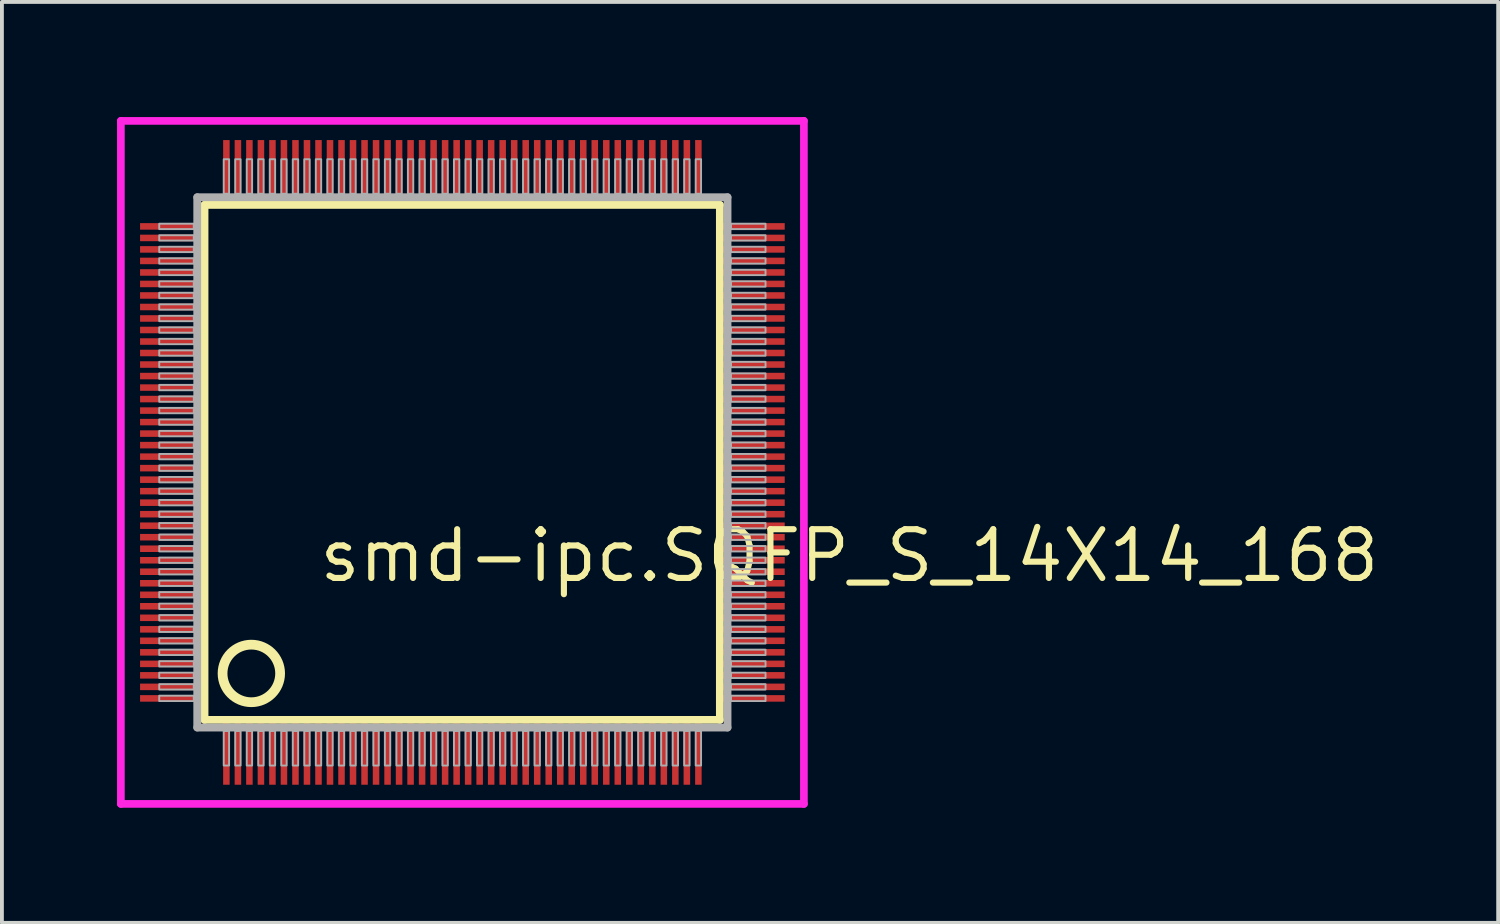
<source format=kicad_pcb>
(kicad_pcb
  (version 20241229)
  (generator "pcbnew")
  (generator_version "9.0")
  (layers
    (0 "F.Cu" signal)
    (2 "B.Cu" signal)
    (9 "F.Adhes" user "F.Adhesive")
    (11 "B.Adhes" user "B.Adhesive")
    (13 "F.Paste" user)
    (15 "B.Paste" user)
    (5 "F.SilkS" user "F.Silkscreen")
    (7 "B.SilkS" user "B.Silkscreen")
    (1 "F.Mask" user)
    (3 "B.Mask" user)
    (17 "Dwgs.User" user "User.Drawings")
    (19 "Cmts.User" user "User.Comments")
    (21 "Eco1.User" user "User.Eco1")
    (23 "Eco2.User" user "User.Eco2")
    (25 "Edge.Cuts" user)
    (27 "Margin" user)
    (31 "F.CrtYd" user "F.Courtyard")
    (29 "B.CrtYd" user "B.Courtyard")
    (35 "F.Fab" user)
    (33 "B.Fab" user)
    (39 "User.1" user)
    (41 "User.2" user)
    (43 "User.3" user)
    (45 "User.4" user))
  (footprint "smd-ipc.SQFP_S_14X14_168"
    (layer "F.Cu")
    (at 9 9)
    (property "Reference" "smd-ipc.SQFP_S_14X14_168" (at -3.81 3.175 0) (layer "F.SilkS") (effects (font (size 1.27 1.27) (thickness 0.16)) (justify left bottom)))
    (attr smd)
    (fp_line (start -6.72 -6.71) (end 6.71 -6.71) (stroke (width 0.203) (type default)) (layer "F.SilkS"))
    (fp_line (start -6.72 6.71) (end -6.72 -6.71) (stroke (width 0.203) (type default)) (layer "F.SilkS"))
    (fp_line (start 6.71 -6.71) (end 6.71 6.71) (stroke (width 0.203) (type default)) (layer "F.SilkS"))
    (fp_line (start 6.71 6.71) (end -6.72 6.71) (stroke (width 0.203) (type default)) (layer "F.SilkS"))
    (fp_circle (center -5.5 5.5) (end -4.75 5.5) (stroke (width 0.254) (type default)) (fill no) (layer "F.SilkS"))
    (fp_line (start -8.9 -8.9) (end 8.9 -8.9) (stroke (width 0.2) (type default)) (layer "F.CrtYd"))
    (fp_line (start -8.9 8.9) (end -8.9 -8.9) (stroke (width 0.2) (type default)) (layer "F.CrtYd"))
    (fp_line (start 8.9 -8.9) (end 8.9 8.9) (stroke (width 0.2) (type default)) (layer "F.CrtYd"))
    (fp_line (start 8.9 8.9) (end -8.9 8.9) (stroke (width 0.2) (type default)) (layer "F.CrtYd"))
    (fp_line (start -6.91 -6.91) (end -6.91 6.91) (stroke (width 0.203) (type default)) (layer "F.Fab"))
    (fp_line (start -6.91 6.91) (end 6.91 6.91) (stroke (width 0.203) (type default)) (layer "F.Fab"))
    (fp_line (start 6.91 -6.91) (end -6.91 -6.91) (stroke (width 0.203) (type default)) (layer "F.Fab"))
    (fp_line (start 6.91 6.91) (end 6.91 -6.91) (stroke (width 0.203) (type default)) (layer "F.Fab"))
    (fp_rect (start -7.9 -6.08) (end -7 -6.22) (stroke (width 0.05) (type default)) (fill no) (layer "F.Fab"))
    (fp_rect (start -7.9 -5.78) (end -7 -5.92) (stroke (width 0.05) (type default)) (fill no) (layer "F.Fab"))
    (fp_rect (start -7.9 -5.48) (end -7 -5.62) (stroke (width 0.05) (type default)) (fill no) (layer "F.Fab"))
    (fp_rect (start -7.9 -5.18) (end -7 -5.32) (stroke (width 0.05) (type default)) (fill no) (layer "F.Fab"))
    (fp_rect (start -7.9 -4.88) (end -7 -5.02) (stroke (width 0.05) (type default)) (fill no) (layer "F.Fab"))
    (fp_rect (start -7.9 -4.58) (end -7 -4.72) (stroke (width 0.05) (type default)) (fill no) (layer "F.Fab"))
    (fp_rect (start -7.9 -4.28) (end -7 -4.42) (stroke (width 0.05) (type default)) (fill no) (layer "F.Fab"))
    (fp_rect (start -7.9 -3.98) (end -7 -4.12) (stroke (width 0.05) (type default)) (fill no) (layer "F.Fab"))
    (fp_rect (start -7.9 -3.68) (end -7 -3.82) (stroke (width 0.05) (type default)) (fill no) (layer "F.Fab"))
    (fp_rect (start -7.9 -3.38) (end -7 -3.52) (stroke (width 0.05) (type default)) (fill no) (layer "F.Fab"))
    (fp_rect (start -7.9 -3.08) (end -7 -3.22) (stroke (width 0.05) (type default)) (fill no) (layer "F.Fab"))
    (fp_rect (start -7.9 -2.78) (end -7 -2.92) (stroke (width 0.05) (type default)) (fill no) (layer "F.Fab"))
    (fp_rect (start -7.9 -2.48) (end -7 -2.62) (stroke (width 0.05) (type default)) (fill no) (layer "F.Fab"))
    (fp_rect (start -7.9 -2.18) (end -7 -2.32) (stroke (width 0.05) (type default)) (fill no) (layer "F.Fab"))
    (fp_rect (start -7.9 -1.88) (end -7 -2.02) (stroke (width 0.05) (type default)) (fill no) (layer "F.Fab"))
    (fp_rect (start -7.9 -1.58) (end -7 -1.72) (stroke (width 0.05) (type default)) (fill no) (layer "F.Fab"))
    (fp_rect (start -7.9 -1.28) (end -7 -1.42) (stroke (width 0.05) (type default)) (fill no) (layer "F.Fab"))
    (fp_rect (start -7.9 -0.98) (end -7 -1.12) (stroke (width 0.05) (type default)) (fill no) (layer "F.Fab"))
    (fp_rect (start -7.9 -0.68) (end -7 -0.82) (stroke (width 0.05) (type default)) (fill no) (layer "F.Fab"))
    (fp_rect (start -7.9 -0.38) (end -7 -0.52) (stroke (width 0.05) (type default)) (fill no) (layer "F.Fab"))
    (fp_rect (start -7.9 -0.08) (end -7 -0.22) (stroke (width 0.05) (type default)) (fill no) (layer "F.Fab"))
    (fp_rect (start -7.9 0.22) (end -7 0.08) (stroke (width 0.05) (type default)) (fill no) (layer "F.Fab"))
    (fp_rect (start -7.9 0.52) (end -7 0.38) (stroke (width 0.05) (type default)) (fill no) (layer "F.Fab"))
    (fp_rect (start -7.9 0.82) (end -7 0.68) (stroke (width 0.05) (type default)) (fill no) (layer "F.Fab"))
    (fp_rect (start -7.9 1.12) (end -7 0.98) (stroke (width 0.05) (type default)) (fill no) (layer "F.Fab"))
    (fp_rect (start -7.9 1.42) (end -7 1.28) (stroke (width 0.05) (type default)) (fill no) (layer "F.Fab"))
    (fp_rect (start -7.9 1.72) (end -7 1.58) (stroke (width 0.05) (type default)) (fill no) (layer "F.Fab"))
    (fp_rect (start -7.9 2.02) (end -7 1.88) (stroke (width 0.05) (type default)) (fill no) (layer "F.Fab"))
    (fp_rect (start -7.9 2.32) (end -7 2.18) (stroke (width 0.05) (type default)) (fill no) (layer "F.Fab"))
    (fp_rect (start -7.9 2.62) (end -7 2.48) (stroke (width 0.05) (type default)) (fill no) (layer "F.Fab"))
    (fp_rect (start -7.9 2.92) (end -7 2.78) (stroke (width 0.05) (type default)) (fill no) (layer "F.Fab"))
    (fp_rect (start -7.9 3.22) (end -7 3.08) (stroke (width 0.05) (type default)) (fill no) (layer "F.Fab"))
    (fp_rect (start -7.9 3.52) (end -7 3.38) (stroke (width 0.05) (type default)) (fill no) (layer "F.Fab"))
    (fp_rect (start -7.9 3.82) (end -7 3.68) (stroke (width 0.05) (type default)) (fill no) (layer "F.Fab"))
    (fp_rect (start -7.9 4.12) (end -7 3.98) (stroke (width 0.05) (type default)) (fill no) (layer "F.Fab"))
    (fp_rect (start -7.9 4.42) (end -7 4.28) (stroke (width 0.05) (type default)) (fill no) (layer "F.Fab"))
    (fp_rect (start -7.9 4.72) (end -7 4.58) (stroke (width 0.05) (type default)) (fill no) (layer "F.Fab"))
    (fp_rect (start -7.9 5.02) (end -7 4.88) (stroke (width 0.05) (type default)) (fill no) (layer "F.Fab"))
    (fp_rect (start -7.9 5.32) (end -7 5.18) (stroke (width 0.05) (type default)) (fill no) (layer "F.Fab"))
    (fp_rect (start -7.9 5.62) (end -7 5.48) (stroke (width 0.05) (type default)) (fill no) (layer "F.Fab"))
    (fp_rect (start -7.9 5.92) (end -7 5.78) (stroke (width 0.05) (type default)) (fill no) (layer "F.Fab"))
    (fp_rect (start -7.9 6.22) (end -7 6.08) (stroke (width 0.05) (type default)) (fill no) (layer "F.Fab"))
    (fp_rect (start -6.22 -7) (end -6.08 -7.9) (stroke (width 0.05) (type default)) (fill no) (layer "F.Fab"))
    (fp_rect (start -6.22 7.9) (end -6.08 7) (stroke (width 0.05) (type default)) (fill no) (layer "F.Fab"))
    (fp_rect (start -5.92 -7) (end -5.78 -7.9) (stroke (width 0.05) (type default)) (fill no) (layer "F.Fab"))
    (fp_rect (start -5.92 7.9) (end -5.78 7) (stroke (width 0.05) (type default)) (fill no) (layer "F.Fab"))
    (fp_rect (start -5.62 -7) (end -5.48 -7.9) (stroke (width 0.05) (type default)) (fill no) (layer "F.Fab"))
    (fp_rect (start -5.62 7.9) (end -5.48 7) (stroke (width 0.05) (type default)) (fill no) (layer "F.Fab"))
    (fp_rect (start -5.32 -7) (end -5.18 -7.9) (stroke (width 0.05) (type default)) (fill no) (layer "F.Fab"))
    (fp_rect (start -5.32 7.9) (end -5.18 7) (stroke (width 0.05) (type default)) (fill no) (layer "F.Fab"))
    (fp_rect (start -5.02 -7) (end -4.88 -7.9) (stroke (width 0.05) (type default)) (fill no) (layer "F.Fab"))
    (fp_rect (start -5.02 7.9) (end -4.88 7) (stroke (width 0.05) (type default)) (fill no) (layer "F.Fab"))
    (fp_rect (start -4.72 -7) (end -4.58 -7.9) (stroke (width 0.05) (type default)) (fill no) (layer "F.Fab"))
    (fp_rect (start -4.72 7.9) (end -4.58 7) (stroke (width 0.05) (type default)) (fill no) (layer "F.Fab"))
    (fp_rect (start -4.42 -7) (end -4.28 -7.9) (stroke (width 0.05) (type default)) (fill no) (layer "F.Fab"))
    (fp_rect (start -4.42 7.9) (end -4.28 7) (stroke (width 0.05) (type default)) (fill no) (layer "F.Fab"))
    (fp_rect (start -4.12 -7) (end -3.98 -7.9) (stroke (width 0.05) (type default)) (fill no) (layer "F.Fab"))
    (fp_rect (start -4.12 7.9) (end -3.98 7) (stroke (width 0.05) (type default)) (fill no) (layer "F.Fab"))
    (fp_rect (start -3.82 -7) (end -3.68 -7.9) (stroke (width 0.05) (type default)) (fill no) (layer "F.Fab"))
    (fp_rect (start -3.82 7.9) (end -3.68 7) (stroke (width 0.05) (type default)) (fill no) (layer "F.Fab"))
    (fp_rect (start -3.52 -7) (end -3.38 -7.9) (stroke (width 0.05) (type default)) (fill no) (layer "F.Fab"))
    (fp_rect (start -3.52 7.9) (end -3.38 7) (stroke (width 0.05) (type default)) (fill no) (layer "F.Fab"))
    (fp_rect (start -3.22 -7) (end -3.08 -7.9) (stroke (width 0.05) (type default)) (fill no) (layer "F.Fab"))
    (fp_rect (start -3.22 7.9) (end -3.08 7) (stroke (width 0.05) (type default)) (fill no) (layer "F.Fab"))
    (fp_rect (start -2.92 -7) (end -2.78 -7.9) (stroke (width 0.05) (type default)) (fill no) (layer "F.Fab"))
    (fp_rect (start -2.92 7.9) (end -2.78 7) (stroke (width 0.05) (type default)) (fill no) (layer "F.Fab"))
    (fp_rect (start -2.62 -7) (end -2.48 -7.9) (stroke (width 0.05) (type default)) (fill no) (layer "F.Fab"))
    (fp_rect (start -2.62 7.9) (end -2.48 7) (stroke (width 0.05) (type default)) (fill no) (layer "F.Fab"))
    (fp_rect (start -2.32 -7) (end -2.18 -7.9) (stroke (width 0.05) (type default)) (fill no) (layer "F.Fab"))
    (fp_rect (start -2.32 7.9) (end -2.18 7) (stroke (width 0.05) (type default)) (fill no) (layer "F.Fab"))
    (fp_rect (start -2.02 -7) (end -1.88 -7.9) (stroke (width 0.05) (type default)) (fill no) (layer "F.Fab"))
    (fp_rect (start -2.02 7.9) (end -1.88 7) (stroke (width 0.05) (type default)) (fill no) (layer "F.Fab"))
    (fp_rect (start -1.72 -7) (end -1.58 -7.9) (stroke (width 0.05) (type default)) (fill no) (layer "F.Fab"))
    (fp_rect (start -1.72 7.9) (end -1.58 7) (stroke (width 0.05) (type default)) (fill no) (layer "F.Fab"))
    (fp_rect (start -1.42 -7) (end -1.28 -7.9) (stroke (width 0.05) (type default)) (fill no) (layer "F.Fab"))
    (fp_rect (start -1.42 7.9) (end -1.28 7) (stroke (width 0.05) (type default)) (fill no) (layer "F.Fab"))
    (fp_rect (start -1.12 -7) (end -0.98 -7.9) (stroke (width 0.05) (type default)) (fill no) (layer "F.Fab"))
    (fp_rect (start -1.12 7.9) (end -0.98 7) (stroke (width 0.05) (type default)) (fill no) (layer "F.Fab"))
    (fp_rect (start -0.82 -7) (end -0.68 -7.9) (stroke (width 0.05) (type default)) (fill no) (layer "F.Fab"))
    (fp_rect (start -0.82 7.9) (end -0.68 7) (stroke (width 0.05) (type default)) (fill no) (layer "F.Fab"))
    (fp_rect (start -0.52 -7) (end -0.38 -7.9) (stroke (width 0.05) (type default)) (fill no) (layer "F.Fab"))
    (fp_rect (start -0.52 7.9) (end -0.38 7) (stroke (width 0.05) (type default)) (fill no) (layer "F.Fab"))
    (fp_rect (start -0.22 -7) (end -0.08 -7.9) (stroke (width 0.05) (type default)) (fill no) (layer "F.Fab"))
    (fp_rect (start -0.22 7.9) (end -0.08 7) (stroke (width 0.05) (type default)) (fill no) (layer "F.Fab"))
    (fp_rect (start 0.08 -7) (end 0.22 -7.9) (stroke (width 0.05) (type default)) (fill no) (layer "F.Fab"))
    (fp_rect (start 0.08 7.9) (end 0.22 7) (stroke (width 0.05) (type default)) (fill no) (layer "F.Fab"))
    (fp_rect (start 0.38 -7) (end 0.52 -7.9) (stroke (width 0.05) (type default)) (fill no) (layer "F.Fab"))
    (fp_rect (start 0.38 7.9) (end 0.52 7) (stroke (width 0.05) (type default)) (fill no) (layer "F.Fab"))
    (fp_rect (start 0.68 -7) (end 0.82 -7.9) (stroke (width 0.05) (type default)) (fill no) (layer "F.Fab"))
    (fp_rect (start 0.68 7.9) (end 0.82 7) (stroke (width 0.05) (type default)) (fill no) (layer "F.Fab"))
    (fp_rect (start 0.98 -7) (end 1.12 -7.9) (stroke (width 0.05) (type default)) (fill no) (layer "F.Fab"))
    (fp_rect (start 0.98 7.9) (end 1.12 7) (stroke (width 0.05) (type default)) (fill no) (layer "F.Fab"))
    (fp_rect (start 1.28 -7) (end 1.42 -7.9) (stroke (width 0.05) (type default)) (fill no) (layer "F.Fab"))
    (fp_rect (start 1.28 7.9) (end 1.42 7) (stroke (width 0.05) (type default)) (fill no) (layer "F.Fab"))
    (fp_rect (start 1.58 -7) (end 1.72 -7.9) (stroke (width 0.05) (type default)) (fill no) (layer "F.Fab"))
    (fp_rect (start 1.58 7.9) (end 1.72 7) (stroke (width 0.05) (type default)) (fill no) (layer "F.Fab"))
    (fp_rect (start 1.88 -7) (end 2.02 -7.9) (stroke (width 0.05) (type default)) (fill no) (layer "F.Fab"))
    (fp_rect (start 1.88 7.9) (end 2.02 7) (stroke (width 0.05) (type default)) (fill no) (layer "F.Fab"))
    (fp_rect (start 2.18 -7) (end 2.32 -7.9) (stroke (width 0.05) (type default)) (fill no) (layer "F.Fab"))
    (fp_rect (start 2.18 7.9) (end 2.32 7) (stroke (width 0.05) (type default)) (fill no) (layer "F.Fab"))
    (fp_rect (start 2.48 -7) (end 2.62 -7.9) (stroke (width 0.05) (type default)) (fill no) (layer "F.Fab"))
    (fp_rect (start 2.48 7.9) (end 2.62 7) (stroke (width 0.05) (type default)) (fill no) (layer "F.Fab"))
    (fp_rect (start 2.78 -7) (end 2.92 -7.9) (stroke (width 0.05) (type default)) (fill no) (layer "F.Fab"))
    (fp_rect (start 2.78 7.9) (end 2.92 7) (stroke (width 0.05) (type default)) (fill no) (layer "F.Fab"))
    (fp_rect (start 3.08 -7) (end 3.22 -7.9) (stroke (width 0.05) (type default)) (fill no) (layer "F.Fab"))
    (fp_rect (start 3.08 7.9) (end 3.22 7) (stroke (width 0.05) (type default)) (fill no) (layer "F.Fab"))
    (fp_rect (start 3.38 -7) (end 3.52 -7.9) (stroke (width 0.05) (type default)) (fill no) (layer "F.Fab"))
    (fp_rect (start 3.38 7.9) (end 3.52 7) (stroke (width 0.05) (type default)) (fill no) (layer "F.Fab"))
    (fp_rect (start 3.68 -7) (end 3.82 -7.9) (stroke (width 0.05) (type default)) (fill no) (layer "F.Fab"))
    (fp_rect (start 3.68 7.9) (end 3.82 7) (stroke (width 0.05) (type default)) (fill no) (layer "F.Fab"))
    (fp_rect (start 3.98 -7) (end 4.12 -7.9) (stroke (width 0.05) (type default)) (fill no) (layer "F.Fab"))
    (fp_rect (start 3.98 7.9) (end 4.12 7) (stroke (width 0.05) (type default)) (fill no) (layer "F.Fab"))
    (fp_rect (start 4.28 -7) (end 4.42 -7.9) (stroke (width 0.05) (type default)) (fill no) (layer "F.Fab"))
    (fp_rect (start 4.28 7.9) (end 4.42 7) (stroke (width 0.05) (type default)) (fill no) (layer "F.Fab"))
    (fp_rect (start 4.58 -7) (end 4.72 -7.9) (stroke (width 0.05) (type default)) (fill no) (layer "F.Fab"))
    (fp_rect (start 4.58 7.9) (end 4.72 7) (stroke (width 0.05) (type default)) (fill no) (layer "F.Fab"))
    (fp_rect (start 4.88 -7) (end 5.02 -7.9) (stroke (width 0.05) (type default)) (fill no) (layer "F.Fab"))
    (fp_rect (start 4.88 7.9) (end 5.02 7) (stroke (width 0.05) (type default)) (fill no) (layer "F.Fab"))
    (fp_rect (start 5.18 -7) (end 5.32 -7.9) (stroke (width 0.05) (type default)) (fill no) (layer "F.Fab"))
    (fp_rect (start 5.18 7.9) (end 5.32 7) (stroke (width 0.05) (type default)) (fill no) (layer "F.Fab"))
    (fp_rect (start 5.48 -7) (end 5.62 -7.9) (stroke (width 0.05) (type default)) (fill no) (layer "F.Fab"))
    (fp_rect (start 5.48 7.9) (end 5.62 7) (stroke (width 0.05) (type default)) (fill no) (layer "F.Fab"))
    (fp_rect (start 5.78 -7) (end 5.92 -7.9) (stroke (width 0.05) (type default)) (fill no) (layer "F.Fab"))
    (fp_rect (start 5.78 7.9) (end 5.92 7) (stroke (width 0.05) (type default)) (fill no) (layer "F.Fab"))
    (fp_rect (start 6.08 -7) (end 6.22 -7.9) (stroke (width 0.05) (type default)) (fill no) (layer "F.Fab"))
    (fp_rect (start 6.08 7.9) (end 6.22 7) (stroke (width 0.05) (type default)) (fill no) (layer "F.Fab"))
    (fp_rect (start 7 -6.08) (end 7.9 -6.22) (stroke (width 0.05) (type default)) (fill no) (layer "F.Fab"))
    (fp_rect (start 7 -5.78) (end 7.9 -5.92) (stroke (width 0.05) (type default)) (fill no) (layer "F.Fab"))
    (fp_rect (start 7 -5.48) (end 7.9 -5.62) (stroke (width 0.05) (type default)) (fill no) (layer "F.Fab"))
    (fp_rect (start 7 -5.18) (end 7.9 -5.32) (stroke (width 0.05) (type default)) (fill no) (layer "F.Fab"))
    (fp_rect (start 7 -4.88) (end 7.9 -5.02) (stroke (width 0.05) (type default)) (fill no) (layer "F.Fab"))
    (fp_rect (start 7 -4.58) (end 7.9 -4.72) (stroke (width 0.05) (type default)) (fill no) (layer "F.Fab"))
    (fp_rect (start 7 -4.28) (end 7.9 -4.42) (stroke (width 0.05) (type default)) (fill no) (layer "F.Fab"))
    (fp_rect (start 7 -3.98) (end 7.9 -4.12) (stroke (width 0.05) (type default)) (fill no) (layer "F.Fab"))
    (fp_rect (start 7 -3.68) (end 7.9 -3.82) (stroke (width 0.05) (type default)) (fill no) (layer "F.Fab"))
    (fp_rect (start 7 -3.38) (end 7.9 -3.52) (stroke (width 0.05) (type default)) (fill no) (layer "F.Fab"))
    (fp_rect (start 7 -3.08) (end 7.9 -3.22) (stroke (width 0.05) (type default)) (fill no) (layer "F.Fab"))
    (fp_rect (start 7 -2.78) (end 7.9 -2.92) (stroke (width 0.05) (type default)) (fill no) (layer "F.Fab"))
    (fp_rect (start 7 -2.48) (end 7.9 -2.62) (stroke (width 0.05) (type default)) (fill no) (layer "F.Fab"))
    (fp_rect (start 7 -2.18) (end 7.9 -2.32) (stroke (width 0.05) (type default)) (fill no) (layer "F.Fab"))
    (fp_rect (start 7 -1.88) (end 7.9 -2.02) (stroke (width 0.05) (type default)) (fill no) (layer "F.Fab"))
    (fp_rect (start 7 -1.58) (end 7.9 -1.72) (stroke (width 0.05) (type default)) (fill no) (layer "F.Fab"))
    (fp_rect (start 7 -1.28) (end 7.9 -1.42) (stroke (width 0.05) (type default)) (fill no) (layer "F.Fab"))
    (fp_rect (start 7 -0.98) (end 7.9 -1.12) (stroke (width 0.05) (type default)) (fill no) (layer "F.Fab"))
    (fp_rect (start 7 -0.68) (end 7.9 -0.82) (stroke (width 0.05) (type default)) (fill no) (layer "F.Fab"))
    (fp_rect (start 7 -0.38) (end 7.9 -0.52) (stroke (width 0.05) (type default)) (fill no) (layer "F.Fab"))
    (fp_rect (start 7 -0.08) (end 7.9 -0.22) (stroke (width 0.05) (type default)) (fill no) (layer "F.Fab"))
    (fp_rect (start 7 0.22) (end 7.9 0.08) (stroke (width 0.05) (type default)) (fill no) (layer "F.Fab"))
    (fp_rect (start 7 0.52) (end 7.9 0.38) (stroke (width 0.05) (type default)) (fill no) (layer "F.Fab"))
    (fp_rect (start 7 0.82) (end 7.9 0.68) (stroke (width 0.05) (type default)) (fill no) (layer "F.Fab"))
    (fp_rect (start 7 1.12) (end 7.9 0.98) (stroke (width 0.05) (type default)) (fill no) (layer "F.Fab"))
    (fp_rect (start 7 1.42) (end 7.9 1.28) (stroke (width 0.05) (type default)) (fill no) (layer "F.Fab"))
    (fp_rect (start 7 1.72) (end 7.9 1.58) (stroke (width 0.05) (type default)) (fill no) (layer "F.Fab"))
    (fp_rect (start 7 2.02) (end 7.9 1.88) (stroke (width 0.05) (type default)) (fill no) (layer "F.Fab"))
    (fp_rect (start 7 2.32) (end 7.9 2.18) (stroke (width 0.05) (type default)) (fill no) (layer "F.Fab"))
    (fp_rect (start 7 2.62) (end 7.9 2.48) (stroke (width 0.05) (type default)) (fill no) (layer "F.Fab"))
    (fp_rect (start 7 2.92) (end 7.9 2.78) (stroke (width 0.05) (type default)) (fill no) (layer "F.Fab"))
    (fp_rect (start 7 3.22) (end 7.9 3.08) (stroke (width 0.05) (type default)) (fill no) (layer "F.Fab"))
    (fp_rect (start 7 3.52) (end 7.9 3.38) (stroke (width 0.05) (type default)) (fill no) (layer "F.Fab"))
    (fp_rect (start 7 3.82) (end 7.9 3.68) (stroke (width 0.05) (type default)) (fill no) (layer "F.Fab"))
    (fp_rect (start 7 4.12) (end 7.9 3.98) (stroke (width 0.05) (type default)) (fill no) (layer "F.Fab"))
    (fp_rect (start 7 4.42) (end 7.9 4.28) (stroke (width 0.05) (type default)) (fill no) (layer "F.Fab"))
    (fp_rect (start 7 4.72) (end 7.9 4.58) (stroke (width 0.05) (type default)) (fill no) (layer "F.Fab"))
    (fp_rect (start 7 5.02) (end 7.9 4.88) (stroke (width 0.05) (type default)) (fill no) (layer "F.Fab"))
    (fp_rect (start 7 5.32) (end 7.9 5.18) (stroke (width 0.05) (type default)) (fill no) (layer "F.Fab"))
    (fp_rect (start 7 5.62) (end 7.9 5.48) (stroke (width 0.05) (type default)) (fill no) (layer "F.Fab"))
    (fp_rect (start 7 5.92) (end 7.9 5.78) (stroke (width 0.05) (type default)) (fill no) (layer "F.Fab"))
    (fp_rect (start 7 6.22) (end 7.9 6.08) (stroke (width 0.05) (type default)) (fill no) (layer "F.Fab"))
    (pad "1" smd roundrect (at -6.15 7.6) (size 0.17 1.6) (layers "F.Cu" "F.Mask" "F.Paste") (roundrect_rratio 0.01))
    (pad "2" smd roundrect (at -5.85 7.6) (size 0.17 1.6) (layers "F.Cu" "F.Mask" "F.Paste") (roundrect_rratio 0.01))
    (pad "3" smd roundrect (at -5.55 7.6) (size 0.17 1.6) (layers "F.Cu" "F.Mask" "F.Paste") (roundrect_rratio 0.01))
    (pad "4" smd roundrect (at -5.25 7.6) (size 0.17 1.6) (layers "F.Cu" "F.Mask" "F.Paste") (roundrect_rratio 0.01))
    (pad "5" smd roundrect (at -4.95 7.6) (size 0.17 1.6) (layers "F.Cu" "F.Mask" "F.Paste") (roundrect_rratio 0.01))
    (pad "6" smd roundrect (at -4.65 7.6) (size 0.17 1.6) (layers "F.Cu" "F.Mask" "F.Paste") (roundrect_rratio 0.01))
    (pad "7" smd roundrect (at -4.35 7.6) (size 0.17 1.6) (layers "F.Cu" "F.Mask" "F.Paste") (roundrect_rratio 0.01))
    (pad "8" smd roundrect (at -4.05 7.6) (size 0.17 1.6) (layers "F.Cu" "F.Mask" "F.Paste") (roundrect_rratio 0.01))
    (pad "9" smd roundrect (at -3.75 7.6) (size 0.17 1.6) (layers "F.Cu" "F.Mask" "F.Paste") (roundrect_rratio 0.01))
    (pad "10" smd roundrect (at -3.45 7.6) (size 0.17 1.6) (layers "F.Cu" "F.Mask" "F.Paste") (roundrect_rratio 0.01))
    (pad "11" smd roundrect (at -3.15 7.6) (size 0.17 1.6) (layers "F.Cu" "F.Mask" "F.Paste") (roundrect_rratio 0.01))
    (pad "12" smd roundrect (at -2.85 7.6) (size 0.17 1.6) (layers "F.Cu" "F.Mask" "F.Paste") (roundrect_rratio 0.01))
    (pad "13" smd roundrect (at -2.55 7.6) (size 0.17 1.6) (layers "F.Cu" "F.Mask" "F.Paste") (roundrect_rratio 0.01))
    (pad "14" smd roundrect (at -2.25 7.6) (size 0.17 1.6) (layers "F.Cu" "F.Mask" "F.Paste") (roundrect_rratio 0.01))
    (pad "15" smd roundrect (at -1.95 7.6) (size 0.17 1.6) (layers "F.Cu" "F.Mask" "F.Paste") (roundrect_rratio 0.01))
    (pad "16" smd roundrect (at -1.65 7.6) (size 0.17 1.6) (layers "F.Cu" "F.Mask" "F.Paste") (roundrect_rratio 0.01))
    (pad "17" smd roundrect (at -1.35 7.6) (size 0.17 1.6) (layers "F.Cu" "F.Mask" "F.Paste") (roundrect_rratio 0.01))
    (pad "18" smd roundrect (at -1.05 7.6) (size 0.17 1.6) (layers "F.Cu" "F.Mask" "F.Paste") (roundrect_rratio 0.01))
    (pad "19" smd roundrect (at -0.75 7.6) (size 0.17 1.6) (layers "F.Cu" "F.Mask" "F.Paste") (roundrect_rratio 0.01))
    (pad "20" smd roundrect (at -0.45 7.6) (size 0.17 1.6) (layers "F.Cu" "F.Mask" "F.Paste") (roundrect_rratio 0.01))
    (pad "21" smd roundrect (at -0.15 7.6) (size 0.17 1.6) (layers "F.Cu" "F.Mask" "F.Paste") (roundrect_rratio 0.01))
    (pad "22" smd roundrect (at 0.15 7.6) (size 0.17 1.6) (layers "F.Cu" "F.Mask" "F.Paste") (roundrect_rratio 0.01))
    (pad "23" smd roundrect (at 0.45 7.6) (size 0.17 1.6) (layers "F.Cu" "F.Mask" "F.Paste") (roundrect_rratio 0.01))
    (pad "24" smd roundrect (at 0.75 7.6) (size 0.17 1.6) (layers "F.Cu" "F.Mask" "F.Paste") (roundrect_rratio 0.01))
    (pad "25" smd roundrect (at 1.05 7.6) (size 0.17 1.6) (layers "F.Cu" "F.Mask" "F.Paste") (roundrect_rratio 0.01))
    (pad "26" smd roundrect (at 1.35 7.6) (size 0.17 1.6) (layers "F.Cu" "F.Mask" "F.Paste") (roundrect_rratio 0.01))
    (pad "27" smd roundrect (at 1.65 7.6) (size 0.17 1.6) (layers "F.Cu" "F.Mask" "F.Paste") (roundrect_rratio 0.01))
    (pad "28" smd roundrect (at 1.95 7.6) (size 0.17 1.6) (layers "F.Cu" "F.Mask" "F.Paste") (roundrect_rratio 0.01))
    (pad "29" smd roundrect (at 2.25 7.6) (size 0.17 1.6) (layers "F.Cu" "F.Mask" "F.Paste") (roundrect_rratio 0.01))
    (pad "30" smd roundrect (at 2.55 7.6) (size 0.17 1.6) (layers "F.Cu" "F.Mask" "F.Paste") (roundrect_rratio 0.01))
    (pad "31" smd roundrect (at 2.85 7.6) (size 0.17 1.6) (layers "F.Cu" "F.Mask" "F.Paste") (roundrect_rratio 0.01))
    (pad "32" smd roundrect (at 3.15 7.6) (size 0.17 1.6) (layers "F.Cu" "F.Mask" "F.Paste") (roundrect_rratio 0.01))
    (pad "33" smd roundrect (at 3.45 7.6) (size 0.17 1.6) (layers "F.Cu" "F.Mask" "F.Paste") (roundrect_rratio 0.01))
    (pad "34" smd roundrect (at 3.75 7.6) (size 0.17 1.6) (layers "F.Cu" "F.Mask" "F.Paste") (roundrect_rratio 0.01))
    (pad "35" smd roundrect (at 4.05 7.6) (size 0.17 1.6) (layers "F.Cu" "F.Mask" "F.Paste") (roundrect_rratio 0.01))
    (pad "36" smd roundrect (at 4.35 7.6) (size 0.17 1.6) (layers "F.Cu" "F.Mask" "F.Paste") (roundrect_rratio 0.01))
    (pad "37" smd roundrect (at 4.65 7.6) (size 0.17 1.6) (layers "F.Cu" "F.Mask" "F.Paste") (roundrect_rratio 0.01))
    (pad "38" smd roundrect (at 4.95 7.6) (size 0.17 1.6) (layers "F.Cu" "F.Mask" "F.Paste") (roundrect_rratio 0.01))
    (pad "39" smd roundrect (at 5.25 7.6) (size 0.17 1.6) (layers "F.Cu" "F.Mask" "F.Paste") (roundrect_rratio 0.01))
    (pad "40" smd roundrect (at 5.55 7.6) (size 0.17 1.6) (layers "F.Cu" "F.Mask" "F.Paste") (roundrect_rratio 0.01))
    (pad "41" smd roundrect (at 5.85 7.6) (size 0.17 1.6) (layers "F.Cu" "F.Mask" "F.Paste") (roundrect_rratio 0.01))
    (pad "42" smd roundrect (at 6.15 7.6) (size 0.17 1.6) (layers "F.Cu" "F.Mask" "F.Paste") (roundrect_rratio 0.01))
    (pad "43" smd roundrect (at 7.6 6.15) (size 1.6 0.17) (layers "F.Cu" "F.Mask" "F.Paste") (roundrect_rratio 0.01))
    (pad "44" smd roundrect (at 7.6 5.85) (size 1.6 0.17) (layers "F.Cu" "F.Mask" "F.Paste") (roundrect_rratio 0.01))
    (pad "45" smd roundrect (at 7.6 5.55) (size 1.6 0.17) (layers "F.Cu" "F.Mask" "F.Paste") (roundrect_rratio 0.01))
    (pad "46" smd roundrect (at 7.6 5.25) (size 1.6 0.17) (layers "F.Cu" "F.Mask" "F.Paste") (roundrect_rratio 0.01))
    (pad "47" smd roundrect (at 7.6 4.95) (size 1.6 0.17) (layers "F.Cu" "F.Mask" "F.Paste") (roundrect_rratio 0.01))
    (pad "48" smd roundrect (at 7.6 4.65) (size 1.6 0.17) (layers "F.Cu" "F.Mask" "F.Paste") (roundrect_rratio 0.01))
    (pad "49" smd roundrect (at 7.6 4.35) (size 1.6 0.17) (layers "F.Cu" "F.Mask" "F.Paste") (roundrect_rratio 0.01))
    (pad "50" smd roundrect (at 7.6 4.05) (size 1.6 0.17) (layers "F.Cu" "F.Mask" "F.Paste") (roundrect_rratio 0.01))
    (pad "51" smd roundrect (at 7.6 3.75) (size 1.6 0.17) (layers "F.Cu" "F.Mask" "F.Paste") (roundrect_rratio 0.01))
    (pad "52" smd roundrect (at 7.6 3.45) (size 1.6 0.17) (layers "F.Cu" "F.Mask" "F.Paste") (roundrect_rratio 0.01))
    (pad "53" smd roundrect (at 7.6 3.15) (size 1.6 0.17) (layers "F.Cu" "F.Mask" "F.Paste") (roundrect_rratio 0.01))
    (pad "54" smd roundrect (at 7.6 2.85) (size 1.6 0.17) (layers "F.Cu" "F.Mask" "F.Paste") (roundrect_rratio 0.01))
    (pad "55" smd roundrect (at 7.6 2.55) (size 1.6 0.17) (layers "F.Cu" "F.Mask" "F.Paste") (roundrect_rratio 0.01))
    (pad "56" smd roundrect (at 7.6 2.25) (size 1.6 0.17) (layers "F.Cu" "F.Mask" "F.Paste") (roundrect_rratio 0.01))
    (pad "57" smd roundrect (at 7.6 1.95) (size 1.6 0.17) (layers "F.Cu" "F.Mask" "F.Paste") (roundrect_rratio 0.01))
    (pad "58" smd roundrect (at 7.6 1.65) (size 1.6 0.17) (layers "F.Cu" "F.Mask" "F.Paste") (roundrect_rratio 0.01))
    (pad "59" smd roundrect (at 7.6 1.35) (size 1.6 0.17) (layers "F.Cu" "F.Mask" "F.Paste") (roundrect_rratio 0.01))
    (pad "60" smd roundrect (at 7.6 1.05) (size 1.6 0.17) (layers "F.Cu" "F.Mask" "F.Paste") (roundrect_rratio 0.01))
    (pad "61" smd roundrect (at 7.6 0.75) (size 1.6 0.17) (layers "F.Cu" "F.Mask" "F.Paste") (roundrect_rratio 0.01))
    (pad "62" smd roundrect (at 7.6 0.45) (size 1.6 0.17) (layers "F.Cu" "F.Mask" "F.Paste") (roundrect_rratio 0.01))
    (pad "63" smd roundrect (at 7.6 0.15) (size 1.6 0.17) (layers "F.Cu" "F.Mask" "F.Paste") (roundrect_rratio 0.01))
    (pad "64" smd roundrect (at 7.6 -0.15) (size 1.6 0.17) (layers "F.Cu" "F.Mask" "F.Paste") (roundrect_rratio 0.01))
    (pad "65" smd roundrect (at 7.6 -0.45) (size 1.6 0.17) (layers "F.Cu" "F.Mask" "F.Paste") (roundrect_rratio 0.01))
    (pad "66" smd roundrect (at 7.6 -0.75) (size 1.6 0.17) (layers "F.Cu" "F.Mask" "F.Paste") (roundrect_rratio 0.01))
    (pad "67" smd roundrect (at 7.6 -1.05) (size 1.6 0.17) (layers "F.Cu" "F.Mask" "F.Paste") (roundrect_rratio 0.01))
    (pad "68" smd roundrect (at 7.6 -1.35) (size 1.6 0.17) (layers "F.Cu" "F.Mask" "F.Paste") (roundrect_rratio 0.01))
    (pad "69" smd roundrect (at 7.6 -1.65) (size 1.6 0.17) (layers "F.Cu" "F.Mask" "F.Paste") (roundrect_rratio 0.01))
    (pad "70" smd roundrect (at 7.6 -1.95) (size 1.6 0.17) (layers "F.Cu" "F.Mask" "F.Paste") (roundrect_rratio 0.01))
    (pad "71" smd roundrect (at 7.6 -2.25) (size 1.6 0.17) (layers "F.Cu" "F.Mask" "F.Paste") (roundrect_rratio 0.01))
    (pad "72" smd roundrect (at 7.6 -2.55) (size 1.6 0.17) (layers "F.Cu" "F.Mask" "F.Paste") (roundrect_rratio 0.01))
    (pad "73" smd roundrect (at 7.6 -2.85) (size 1.6 0.17) (layers "F.Cu" "F.Mask" "F.Paste") (roundrect_rratio 0.01))
    (pad "74" smd roundrect (at 7.6 -3.15) (size 1.6 0.17) (layers "F.Cu" "F.Mask" "F.Paste") (roundrect_rratio 0.01))
    (pad "75" smd roundrect (at 7.6 -3.45) (size 1.6 0.17) (layers "F.Cu" "F.Mask" "F.Paste") (roundrect_rratio 0.01))
    (pad "76" smd roundrect (at 7.6 -3.75) (size 1.6 0.17) (layers "F.Cu" "F.Mask" "F.Paste") (roundrect_rratio 0.01))
    (pad "77" smd roundrect (at 7.6 -4.05) (size 1.6 0.17) (layers "F.Cu" "F.Mask" "F.Paste") (roundrect_rratio 0.01))
    (pad "78" smd roundrect (at 7.6 -4.35) (size 1.6 0.17) (layers "F.Cu" "F.Mask" "F.Paste") (roundrect_rratio 0.01))
    (pad "79" smd roundrect (at 7.6 -4.65) (size 1.6 0.17) (layers "F.Cu" "F.Mask" "F.Paste") (roundrect_rratio 0.01))
    (pad "80" smd roundrect (at 7.6 -4.95) (size 1.6 0.17) (layers "F.Cu" "F.Mask" "F.Paste") (roundrect_rratio 0.01))
    (pad "81" smd roundrect (at 7.6 -5.25) (size 1.6 0.17) (layers "F.Cu" "F.Mask" "F.Paste") (roundrect_rratio 0.01))
    (pad "82" smd roundrect (at 7.6 -5.55) (size 1.6 0.17) (layers "F.Cu" "F.Mask" "F.Paste") (roundrect_rratio 0.01))
    (pad "83" smd roundrect (at 7.6 -5.85) (size 1.6 0.17) (layers "F.Cu" "F.Mask" "F.Paste") (roundrect_rratio 0.01))
    (pad "84" smd roundrect (at 7.6 -6.15) (size 1.6 0.17) (layers "F.Cu" "F.Mask" "F.Paste") (roundrect_rratio 0.01))
    (pad "85" smd roundrect (at 6.15 -7.6) (size 0.17 1.6) (layers "F.Cu" "F.Mask" "F.Paste") (roundrect_rratio 0.01))
    (pad "86" smd roundrect (at 5.85 -7.6) (size 0.17 1.6) (layers "F.Cu" "F.Mask" "F.Paste") (roundrect_rratio 0.01))
    (pad "87" smd roundrect (at 5.55 -7.6) (size 0.17 1.6) (layers "F.Cu" "F.Mask" "F.Paste") (roundrect_rratio 0.01))
    (pad "88" smd roundrect (at 5.25 -7.6) (size 0.17 1.6) (layers "F.Cu" "F.Mask" "F.Paste") (roundrect_rratio 0.01))
    (pad "89" smd roundrect (at 4.95 -7.6) (size 0.17 1.6) (layers "F.Cu" "F.Mask" "F.Paste") (roundrect_rratio 0.01))
    (pad "90" smd roundrect (at 4.65 -7.6) (size 0.17 1.6) (layers "F.Cu" "F.Mask" "F.Paste") (roundrect_rratio 0.01))
    (pad "91" smd roundrect (at 4.35 -7.6) (size 0.17 1.6) (layers "F.Cu" "F.Mask" "F.Paste") (roundrect_rratio 0.01))
    (pad "92" smd roundrect (at 4.05 -7.6) (size 0.17 1.6) (layers "F.Cu" "F.Mask" "F.Paste") (roundrect_rratio 0.01))
    (pad "93" smd roundrect (at 3.75 -7.6) (size 0.17 1.6) (layers "F.Cu" "F.Mask" "F.Paste") (roundrect_rratio 0.01))
    (pad "94" smd roundrect (at 3.45 -7.6) (size 0.17 1.6) (layers "F.Cu" "F.Mask" "F.Paste") (roundrect_rratio 0.01))
    (pad "95" smd roundrect (at 3.15 -7.6) (size 0.17 1.6) (layers "F.Cu" "F.Mask" "F.Paste") (roundrect_rratio 0.01))
    (pad "96" smd roundrect (at 2.85 -7.6) (size 0.17 1.6) (layers "F.Cu" "F.Mask" "F.Paste") (roundrect_rratio 0.01))
    (pad "97" smd roundrect (at 2.55 -7.6) (size 0.17 1.6) (layers "F.Cu" "F.Mask" "F.Paste") (roundrect_rratio 0.01))
    (pad "98" smd roundrect (at 2.25 -7.6) (size 0.17 1.6) (layers "F.Cu" "F.Mask" "F.Paste") (roundrect_rratio 0.01))
    (pad "99" smd roundrect (at 1.95 -7.6) (size 0.17 1.6) (layers "F.Cu" "F.Mask" "F.Paste") (roundrect_rratio 0.01))
    (pad "100" smd roundrect (at 1.65 -7.6) (size 0.17 1.6) (layers "F.Cu" "F.Mask" "F.Paste") (roundrect_rratio 0.01))
    (pad "101" smd roundrect (at 1.35 -7.6) (size 0.17 1.6) (layers "F.Cu" "F.Mask" "F.Paste") (roundrect_rratio 0.01))
    (pad "102" smd roundrect (at 1.05 -7.6) (size 0.17 1.6) (layers "F.Cu" "F.Mask" "F.Paste") (roundrect_rratio 0.01))
    (pad "103" smd roundrect (at 0.75 -7.6) (size 0.17 1.6) (layers "F.Cu" "F.Mask" "F.Paste") (roundrect_rratio 0.01))
    (pad "104" smd roundrect (at 0.45 -7.6) (size 0.17 1.6) (layers "F.Cu" "F.Mask" "F.Paste") (roundrect_rratio 0.01))
    (pad "105" smd roundrect (at 0.15 -7.6) (size 0.17 1.6) (layers "F.Cu" "F.Mask" "F.Paste") (roundrect_rratio 0.01))
    (pad "106" smd roundrect (at -0.15 -7.6) (size 0.17 1.6) (layers "F.Cu" "F.Mask" "F.Paste") (roundrect_rratio 0.01))
    (pad "107" smd roundrect (at -0.45 -7.6) (size 0.17 1.6) (layers "F.Cu" "F.Mask" "F.Paste") (roundrect_rratio 0.01))
    (pad "108" smd roundrect (at -0.75 -7.6) (size 0.17 1.6) (layers "F.Cu" "F.Mask" "F.Paste") (roundrect_rratio 0.01))
    (pad "109" smd roundrect (at -1.05 -7.6) (size 0.17 1.6) (layers "F.Cu" "F.Mask" "F.Paste") (roundrect_rratio 0.01))
    (pad "110" smd roundrect (at -1.35 -7.6) (size 0.17 1.6) (layers "F.Cu" "F.Mask" "F.Paste") (roundrect_rratio 0.01))
    (pad "111" smd roundrect (at -1.65 -7.6) (size 0.17 1.6) (layers "F.Cu" "F.Mask" "F.Paste") (roundrect_rratio 0.01))
    (pad "112" smd roundrect (at -1.95 -7.6) (size 0.17 1.6) (layers "F.Cu" "F.Mask" "F.Paste") (roundrect_rratio 0.01))
    (pad "113" smd roundrect (at -2.25 -7.6) (size 0.17 1.6) (layers "F.Cu" "F.Mask" "F.Paste") (roundrect_rratio 0.01))
    (pad "114" smd roundrect (at -2.55 -7.6) (size 0.17 1.6) (layers "F.Cu" "F.Mask" "F.Paste") (roundrect_rratio 0.01))
    (pad "115" smd roundrect (at -2.85 -7.6) (size 0.17 1.6) (layers "F.Cu" "F.Mask" "F.Paste") (roundrect_rratio 0.01))
    (pad "116" smd roundrect (at -3.15 -7.6) (size 0.17 1.6) (layers "F.Cu" "F.Mask" "F.Paste") (roundrect_rratio 0.01))
    (pad "117" smd roundrect (at -3.45 -7.6) (size 0.17 1.6) (layers "F.Cu" "F.Mask" "F.Paste") (roundrect_rratio 0.01))
    (pad "118" smd roundrect (at -3.75 -7.6) (size 0.17 1.6) (layers "F.Cu" "F.Mask" "F.Paste") (roundrect_rratio 0.01))
    (pad "119" smd roundrect (at -4.05 -7.6) (size 0.17 1.6) (layers "F.Cu" "F.Mask" "F.Paste") (roundrect_rratio 0.01))
    (pad "120" smd roundrect (at -4.35 -7.6) (size 0.17 1.6) (layers "F.Cu" "F.Mask" "F.Paste") (roundrect_rratio 0.01))
    (pad "121" smd roundrect (at -4.65 -7.6) (size 0.17 1.6) (layers "F.Cu" "F.Mask" "F.Paste") (roundrect_rratio 0.01))
    (pad "122" smd roundrect (at -4.95 -7.6) (size 0.17 1.6) (layers "F.Cu" "F.Mask" "F.Paste") (roundrect_rratio 0.01))
    (pad "123" smd roundrect (at -5.25 -7.6) (size 0.17 1.6) (layers "F.Cu" "F.Mask" "F.Paste") (roundrect_rratio 0.01))
    (pad "124" smd roundrect (at -5.55 -7.6) (size 0.17 1.6) (layers "F.Cu" "F.Mask" "F.Paste") (roundrect_rratio 0.01))
    (pad "125" smd roundrect (at -5.85 -7.6) (size 0.17 1.6) (layers "F.Cu" "F.Mask" "F.Paste") (roundrect_rratio 0.01))
    (pad "126" smd roundrect (at -6.15 -7.6) (size 0.17 1.6) (layers "F.Cu" "F.Mask" "F.Paste") (roundrect_rratio 0.01))
    (pad "127" smd roundrect (at -7.6 -6.15) (size 1.6 0.17) (layers "F.Cu" "F.Mask" "F.Paste") (roundrect_rratio 0.01))
    (pad "128" smd roundrect (at -7.6 -5.85) (size 1.6 0.17) (layers "F.Cu" "F.Mask" "F.Paste") (roundrect_rratio 0.01))
    (pad "129" smd roundrect (at -7.6 -5.55) (size 1.6 0.17) (layers "F.Cu" "F.Mask" "F.Paste") (roundrect_rratio 0.01))
    (pad "130" smd roundrect (at -7.6 -5.25) (size 1.6 0.17) (layers "F.Cu" "F.Mask" "F.Paste") (roundrect_rratio 0.01))
    (pad "131" smd roundrect (at -7.6 -4.95) (size 1.6 0.17) (layers "F.Cu" "F.Mask" "F.Paste") (roundrect_rratio 0.01))
    (pad "132" smd roundrect (at -7.6 -4.65) (size 1.6 0.17) (layers "F.Cu" "F.Mask" "F.Paste") (roundrect_rratio 0.01))
    (pad "133" smd roundrect (at -7.6 -4.35) (size 1.6 0.17) (layers "F.Cu" "F.Mask" "F.Paste") (roundrect_rratio 0.01))
    (pad "134" smd roundrect (at -7.6 -4.05) (size 1.6 0.17) (layers "F.Cu" "F.Mask" "F.Paste") (roundrect_rratio 0.01))
    (pad "135" smd roundrect (at -7.6 -3.75) (size 1.6 0.17) (layers "F.Cu" "F.Mask" "F.Paste") (roundrect_rratio 0.01))
    (pad "136" smd roundrect (at -7.6 -3.45) (size 1.6 0.17) (layers "F.Cu" "F.Mask" "F.Paste") (roundrect_rratio 0.01))
    (pad "137" smd roundrect (at -7.6 -3.15) (size 1.6 0.17) (layers "F.Cu" "F.Mask" "F.Paste") (roundrect_rratio 0.01))
    (pad "138" smd roundrect (at -7.6 -2.85) (size 1.6 0.17) (layers "F.Cu" "F.Mask" "F.Paste") (roundrect_rratio 0.01))
    (pad "139" smd roundrect (at -7.6 -2.55) (size 1.6 0.17) (layers "F.Cu" "F.Mask" "F.Paste") (roundrect_rratio 0.01))
    (pad "140" smd roundrect (at -7.6 -2.25) (size 1.6 0.17) (layers "F.Cu" "F.Mask" "F.Paste") (roundrect_rratio 0.01))
    (pad "141" smd roundrect (at -7.6 -1.95) (size 1.6 0.17) (layers "F.Cu" "F.Mask" "F.Paste") (roundrect_rratio 0.01))
    (pad "142" smd roundrect (at -7.6 -1.65) (size 1.6 0.17) (layers "F.Cu" "F.Mask" "F.Paste") (roundrect_rratio 0.01))
    (pad "143" smd roundrect (at -7.6 -1.35) (size 1.6 0.17) (layers "F.Cu" "F.Mask" "F.Paste") (roundrect_rratio 0.01))
    (pad "144" smd roundrect (at -7.6 -1.05) (size 1.6 0.17) (layers "F.Cu" "F.Mask" "F.Paste") (roundrect_rratio 0.01))
    (pad "145" smd roundrect (at -7.6 -0.75) (size 1.6 0.17) (layers "F.Cu" "F.Mask" "F.Paste") (roundrect_rratio 0.01))
    (pad "146" smd roundrect (at -7.6 -0.45) (size 1.6 0.17) (layers "F.Cu" "F.Mask" "F.Paste") (roundrect_rratio 0.01))
    (pad "147" smd roundrect (at -7.6 -0.15) (size 1.6 0.17) (layers "F.Cu" "F.Mask" "F.Paste") (roundrect_rratio 0.01))
    (pad "148" smd roundrect (at -7.6 0.15) (size 1.6 0.17) (layers "F.Cu" "F.Mask" "F.Paste") (roundrect_rratio 0.01))
    (pad "149" smd roundrect (at -7.6 0.45) (size 1.6 0.17) (layers "F.Cu" "F.Mask" "F.Paste") (roundrect_rratio 0.01))
    (pad "150" smd roundrect (at -7.6 0.75) (size 1.6 0.17) (layers "F.Cu" "F.Mask" "F.Paste") (roundrect_rratio 0.01))
    (pad "151" smd roundrect (at -7.6 1.05) (size 1.6 0.17) (layers "F.Cu" "F.Mask" "F.Paste") (roundrect_rratio 0.01))
    (pad "152" smd roundrect (at -7.6 1.35) (size 1.6 0.17) (layers "F.Cu" "F.Mask" "F.Paste") (roundrect_rratio 0.01))
    (pad "153" smd roundrect (at -7.6 1.65) (size 1.6 0.17) (layers "F.Cu" "F.Mask" "F.Paste") (roundrect_rratio 0.01))
    (pad "154" smd roundrect (at -7.6 1.95) (size 1.6 0.17) (layers "F.Cu" "F.Mask" "F.Paste") (roundrect_rratio 0.01))
    (pad "155" smd roundrect (at -7.6 2.25) (size 1.6 0.17) (layers "F.Cu" "F.Mask" "F.Paste") (roundrect_rratio 0.01))
    (pad "156" smd roundrect (at -7.6 2.55) (size 1.6 0.17) (layers "F.Cu" "F.Mask" "F.Paste") (roundrect_rratio 0.01))
    (pad "157" smd roundrect (at -7.6 2.85) (size 1.6 0.17) (layers "F.Cu" "F.Mask" "F.Paste") (roundrect_rratio 0.01))
    (pad "158" smd roundrect (at -7.6 3.15) (size 1.6 0.17) (layers "F.Cu" "F.Mask" "F.Paste") (roundrect_rratio 0.01))
    (pad "159" smd roundrect (at -7.6 3.45) (size 1.6 0.17) (layers "F.Cu" "F.Mask" "F.Paste") (roundrect_rratio 0.01))
    (pad "160" smd roundrect (at -7.6 3.75) (size 1.6 0.17) (layers "F.Cu" "F.Mask" "F.Paste") (roundrect_rratio 0.01))
    (pad "161" smd roundrect (at -7.6 4.05) (size 1.6 0.17) (layers "F.Cu" "F.Mask" "F.Paste") (roundrect_rratio 0.01))
    (pad "162" smd roundrect (at -7.6 4.35) (size 1.6 0.17) (layers "F.Cu" "F.Mask" "F.Paste") (roundrect_rratio 0.01))
    (pad "163" smd roundrect (at -7.6 4.65) (size 1.6 0.17) (layers "F.Cu" "F.Mask" "F.Paste") (roundrect_rratio 0.01))
    (pad "164" smd roundrect (at -7.6 4.95) (size 1.6 0.17) (layers "F.Cu" "F.Mask" "F.Paste") (roundrect_rratio 0.01))
    (pad "165" smd roundrect (at -7.6 5.25) (size 1.6 0.17) (layers "F.Cu" "F.Mask" "F.Paste") (roundrect_rratio 0.01))
    (pad "166" smd roundrect (at -7.6 5.55) (size 1.6 0.17) (layers "F.Cu" "F.Mask" "F.Paste") (roundrect_rratio 0.01))
    (pad "167" smd roundrect (at -7.6 5.85) (size 1.6 0.17) (layers "F.Cu" "F.Mask" "F.Paste") (roundrect_rratio 0.01))
    (pad "168" smd roundrect (at -7.6 6.15) (size 1.6 0.17) (layers "F.Cu" "F.Mask" "F.Paste") (roundrect_rratio 0.01)))
  (gr_rect
    (start -3 -3)
    (end 35.993 21)
    (stroke (width 0.1) (type default))
    (fill no)
    (layer "Edge.Cuts")))
</source>
